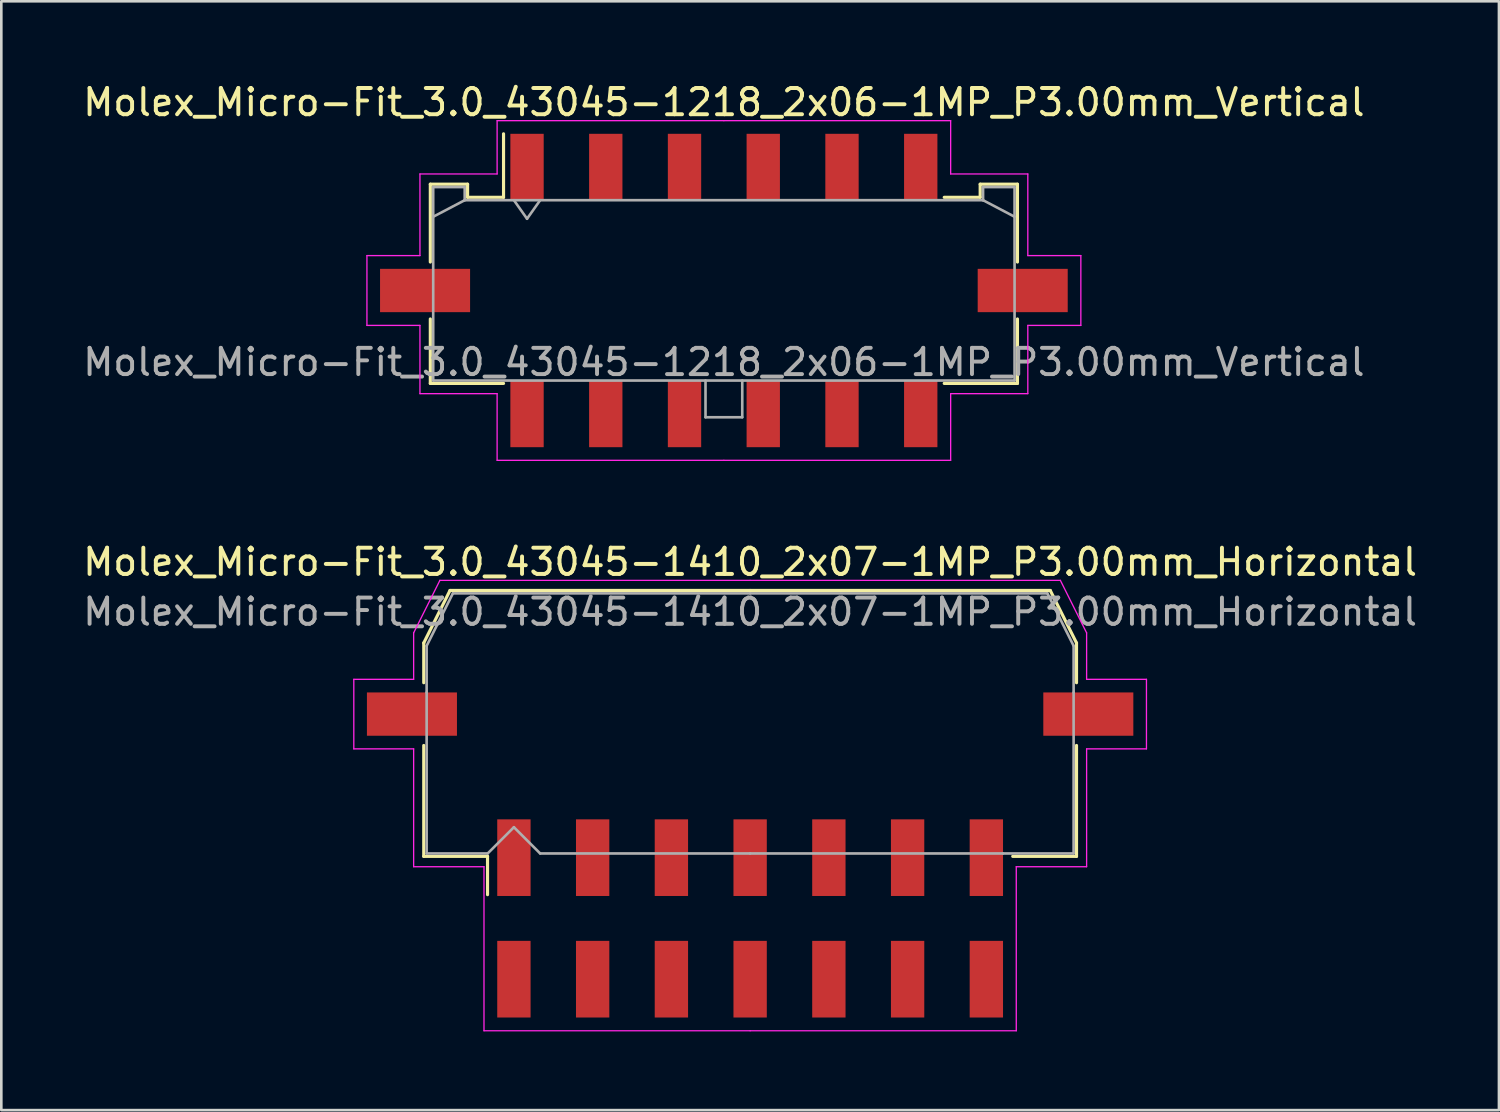
<source format=kicad_pcb>
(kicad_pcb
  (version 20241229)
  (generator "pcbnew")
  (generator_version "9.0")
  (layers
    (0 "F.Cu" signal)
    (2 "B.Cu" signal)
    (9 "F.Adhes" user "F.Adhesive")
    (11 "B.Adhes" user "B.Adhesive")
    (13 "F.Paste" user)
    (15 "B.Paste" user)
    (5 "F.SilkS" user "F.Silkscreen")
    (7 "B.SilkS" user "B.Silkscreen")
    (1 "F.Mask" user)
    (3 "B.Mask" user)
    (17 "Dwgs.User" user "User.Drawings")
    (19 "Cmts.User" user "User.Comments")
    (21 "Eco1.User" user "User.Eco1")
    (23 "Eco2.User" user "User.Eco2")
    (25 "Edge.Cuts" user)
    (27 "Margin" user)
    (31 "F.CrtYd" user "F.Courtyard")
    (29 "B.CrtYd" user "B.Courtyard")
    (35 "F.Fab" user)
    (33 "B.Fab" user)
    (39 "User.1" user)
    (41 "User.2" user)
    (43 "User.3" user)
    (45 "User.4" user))
  (footprint "Molex_Micro-Fit_3.0_43045-1410_2x07-1MP_P3.00mm_Horizontal"
    (layer "F.Cu")
    (at 25.53 31.942)
    (property "Reference" "Molex_Micro-Fit_3.0_43045-1410_2x07-1MP_P3.00mm_Horizontal" (at 0 -13.58 0) (layer "F.SilkS") (effects (font (size 1 1) (thickness 0.15))))
    (attr smd)
    (fp_line (start -12.435 -10.495) (end -12.435 -8.98) (stroke (width 0.12) (type solid)) (layer "F.SilkS"))
    (fp_line (start -12.435 -6.59) (end -12.435 -2.365) (stroke (width 0.12) (type solid)) (layer "F.SilkS"))
    (fp_line (start -12.435 -2.365) (end -10.005 -2.365) (stroke (width 0.12) (type solid)) (layer "F.SilkS"))
    (fp_line (start -11.435 -12.495) (end -12.435 -10.495) (stroke (width 0.12) (type solid)) (layer "F.SilkS"))
    (fp_line (start -10.005 -2.365) (end -10.005 -0.905) (stroke (width 0.12) (type solid)) (layer "F.SilkS"))
    (fp_line (start 0 -12.495) (end -11.435 -12.495) (stroke (width 0.12) (type solid)) (layer "F.SilkS"))
    (fp_line (start 0 -12.495) (end 11.435 -12.495) (stroke (width 0.12) (type solid)) (layer "F.SilkS"))
    (fp_line (start 11.435 -12.495) (end 12.435 -10.495) (stroke (width 0.12) (type solid)) (layer "F.SilkS"))
    (fp_line (start 12.435 -10.495) (end 12.435 -8.98) (stroke (width 0.12) (type solid)) (layer "F.SilkS"))
    (fp_line (start 12.435 -6.59) (end 12.435 -2.365) (stroke (width 0.12) (type solid)) (layer "F.SilkS"))
    (fp_line (start 12.435 -2.365) (end 10.005 -2.365) (stroke (width 0.12) (type solid)) (layer "F.SilkS"))
    (fp_line (start -15.1 -9.11) (end -15.1 -6.46) (stroke (width 0.05) (type solid)) (layer "F.CrtYd"))
    (fp_line (start -15.1 -6.46) (end -12.82 -6.46) (stroke (width 0.05) (type solid)) (layer "F.CrtYd"))
    (fp_line (start -12.82 -10.88) (end -12.82 -9.11) (stroke (width 0.05) (type solid)) (layer "F.CrtYd"))
    (fp_line (start -12.82 -9.11) (end -15.1 -9.11) (stroke (width 0.05) (type solid)) (layer "F.CrtYd"))
    (fp_line (start -12.82 -6.46) (end -12.82 -1.97) (stroke (width 0.05) (type solid)) (layer "F.CrtYd"))
    (fp_line (start -12.82 -1.97) (end -10.14 -1.97) (stroke (width 0.05) (type solid)) (layer "F.CrtYd"))
    (fp_line (start -11.82 -12.88) (end -12.82 -10.88) (stroke (width 0.05) (type solid)) (layer "F.CrtYd"))
    (fp_line (start -10.14 -1.97) (end -10.14 4.28) (stroke (width 0.05) (type solid)) (layer "F.CrtYd"))
    (fp_line (start -10.14 4.28) (end 0 4.28) (stroke (width 0.05) (type solid)) (layer "F.CrtYd"))
    (fp_line (start 0 -12.88) (end -11.82 -12.88) (stroke (width 0.05) (type solid)) (layer "F.CrtYd"))
    (fp_line (start 0 -12.88) (end 11.82 -12.88) (stroke (width 0.05) (type solid)) (layer "F.CrtYd"))
    (fp_line (start 10.14 -1.97) (end 10.14 4.28) (stroke (width 0.05) (type solid)) (layer "F.CrtYd"))
    (fp_line (start 10.14 4.28) (end 0 4.28) (stroke (width 0.05) (type solid)) (layer "F.CrtYd"))
    (fp_line (start 11.82 -12.88) (end 12.82 -10.88) (stroke (width 0.05) (type solid)) (layer "F.CrtYd"))
    (fp_line (start 12.82 -10.88) (end 12.82 -9.11) (stroke (width 0.05) (type solid)) (layer "F.CrtYd"))
    (fp_line (start 12.82 -9.11) (end 15.1 -9.11) (stroke (width 0.05) (type solid)) (layer "F.CrtYd"))
    (fp_line (start 12.82 -6.46) (end 12.82 -1.97) (stroke (width 0.05) (type solid)) (layer "F.CrtYd"))
    (fp_line (start 12.82 -1.97) (end 10.14 -1.97) (stroke (width 0.05) (type solid)) (layer "F.CrtYd"))
    (fp_line (start 15.1 -9.11) (end 15.1 -6.46) (stroke (width 0.05) (type solid)) (layer "F.CrtYd"))
    (fp_line (start 15.1 -6.46) (end 12.82 -6.46) (stroke (width 0.05) (type solid)) (layer "F.CrtYd"))
    (fp_line (start -12.325 -10.385) (end -12.325 -8.61) (stroke (width 0.1) (type solid)) (layer "F.Fab"))
    (fp_line (start -12.325 -8.61) (end -12.325 -2.475) (stroke (width 0.1) (type solid)) (layer "F.Fab"))
    (fp_line (start -12.325 -2.475) (end -10 -2.475) (stroke (width 0.1) (type solid)) (layer "F.Fab"))
    (fp_line (start -11.325 -12.385) (end -12.325 -10.385) (stroke (width 0.1) (type solid)) (layer "F.Fab"))
    (fp_line (start -10 -2.475) (end -9 -3.475) (stroke (width 0.1) (type solid)) (layer "F.Fab"))
    (fp_line (start -9 -3.475) (end -8 -2.475) (stroke (width 0.1) (type solid)) (layer "F.Fab"))
    (fp_line (start -8 -2.475) (end 0 -2.475) (stroke (width 0.1) (type solid)) (layer "F.Fab"))
    (fp_line (start 0 -12.385) (end -11.325 -12.385) (stroke (width 0.1) (type solid)) (layer "F.Fab"))
    (fp_line (start 0 -12.385) (end 11.325 -12.385) (stroke (width 0.1) (type solid)) (layer "F.Fab"))
    (fp_line (start 9.635 -2.475) (end 0 -2.475) (stroke (width 0.1) (type solid)) (layer "F.Fab"))
    (fp_line (start 11.325 -12.385) (end 12.325 -10.385) (stroke (width 0.1) (type solid)) (layer "F.Fab"))
    (fp_line (start 12.325 -10.385) (end 12.325 -8.61) (stroke (width 0.1) (type solid)) (layer "F.Fab"))
    (fp_line (start 12.325 -8.61) (end 12.325 -2.475) (stroke (width 0.1) (type solid)) (layer "F.Fab"))
    (fp_line (start 12.325 -2.475) (end 9.635 -2.475) (stroke (width 0.1) (type solid)) (layer "F.Fab"))
    (fp_text user "${REFERENCE}" (at 0 -11.68 0) (layer "F.Fab") (effects (font (size 1 1) (thickness 0.15))))
    (pad "1" smd rect (at -9 -2.315) (size 1.27 2.92) (layers "F.Cu" "F.Mask" "F.Paste"))
    (pad "2" smd rect (at -6 -2.315) (size 1.27 2.92) (layers "F.Cu" "F.Mask" "F.Paste"))
    (pad "3" smd rect (at -3 -2.315) (size 1.27 2.92) (layers "F.Cu" "F.Mask" "F.Paste"))
    (pad "4" smd rect (at 0 -2.315) (size 1.27 2.92) (layers "F.Cu" "F.Mask" "F.Paste"))
    (pad "5" smd rect (at 3 -2.315) (size 1.27 2.92) (layers "F.Cu" "F.Mask" "F.Paste"))
    (pad "6" smd rect (at 6 -2.315) (size 1.27 2.92) (layers "F.Cu" "F.Mask" "F.Paste"))
    (pad "7" smd rect (at 9 -2.315) (size 1.27 2.92) (layers "F.Cu" "F.Mask" "F.Paste"))
    (pad "8" smd rect (at -9 2.315) (size 1.27 2.92) (layers "F.Cu" "F.Mask" "F.Paste"))
    (pad "9" smd rect (at -6 2.315) (size 1.27 2.92) (layers "F.Cu" "F.Mask" "F.Paste"))
    (pad "10" smd rect (at -3 2.315) (size 1.27 2.92) (layers "F.Cu" "F.Mask" "F.Paste"))
    (pad "11" smd rect (at 0 2.315) (size 1.27 2.92) (layers "F.Cu" "F.Mask" "F.Paste"))
    (pad "12" smd rect (at 3 2.315) (size 1.27 2.92) (layers "F.Cu" "F.Mask" "F.Paste"))
    (pad "13" smd rect (at 6 2.315) (size 1.27 2.92) (layers "F.Cu" "F.Mask" "F.Paste"))
    (pad "14" smd rect (at 9 2.315) (size 1.27 2.92) (layers "F.Cu" "F.Mask" "F.Paste"))
    (pad "MP" smd rect (at -12.885 -7.785) (size 3.43 1.65) (layers "F.Cu" "F.Mask" "F.Paste"))
    (pad "MP" smd rect (at 12.885 -7.785) (size 3.43 1.65) (layers "F.Cu" "F.Mask" "F.Paste")))
  (footprint "Molex_Micro-Fit_3.0_43045-1218_2x06-1MP_P3.00mm_Vertical"
    (layer "F.Cu")
    (at 24.53 8.018)
    (property "Reference" "Molex_Micro-Fit_3.0_43045-1218_2x06-1MP_P3.00mm_Vertical" (at 0 -7.17 0) (layer "F.SilkS") (effects (font (size 1 1) (thickness 0.15))))
    (attr smd)
    (fp_line (start -11.185 -4.05) (end -9.765 -4.05) (stroke (width 0.12) (type solid)) (layer "F.SilkS"))
    (fp_line (start -11.185 -1.085) (end -11.185 -4.05) (stroke (width 0.12) (type solid)) (layer "F.SilkS"))
    (fp_line (start -11.185 1.085) (end -11.185 3.54) (stroke (width 0.12) (type solid)) (layer "F.SilkS"))
    (fp_line (start -11.185 3.54) (end -8.395 3.54) (stroke (width 0.12) (type solid)) (layer "F.SilkS"))
    (fp_line (start -9.765 -4.05) (end -9.765 -3.55) (stroke (width 0.12) (type solid)) (layer "F.SilkS"))
    (fp_line (start -9.765 -3.55) (end -8.395 -3.55) (stroke (width 0.12) (type solid)) (layer "F.SilkS"))
    (fp_line (start -8.395 -3.55) (end -8.395 -5.97) (stroke (width 0.12) (type solid)) (layer "F.SilkS"))
    (fp_line (start 9.765 -4.05) (end 9.765 -3.55) (stroke (width 0.12) (type solid)) (layer "F.SilkS"))
    (fp_line (start 9.765 -3.55) (end 8.395 -3.55) (stroke (width 0.12) (type solid)) (layer "F.SilkS"))
    (fp_line (start 11.185 -4.05) (end 9.765 -4.05) (stroke (width 0.12) (type solid)) (layer "F.SilkS"))
    (fp_line (start 11.185 -1.085) (end 11.185 -4.05) (stroke (width 0.12) (type solid)) (layer "F.SilkS"))
    (fp_line (start 11.185 1.085) (end 11.185 3.54) (stroke (width 0.12) (type solid)) (layer "F.SilkS"))
    (fp_line (start 11.185 3.54) (end 8.395 3.54) (stroke (width 0.12) (type solid)) (layer "F.SilkS"))
    (fp_line (start -13.6 -1.33) (end -13.6 1.33) (stroke (width 0.05) (type solid)) (layer "F.CrtYd"))
    (fp_line (start -13.6 1.33) (end -11.58 1.33) (stroke (width 0.05) (type solid)) (layer "F.CrtYd"))
    (fp_line (start -11.58 -4.44) (end -11.58 -1.33) (stroke (width 0.05) (type solid)) (layer "F.CrtYd"))
    (fp_line (start -11.58 -1.33) (end -13.6 -1.33) (stroke (width 0.05) (type solid)) (layer "F.CrtYd"))
    (fp_line (start -11.58 1.33) (end -11.58 3.93) (stroke (width 0.05) (type solid)) (layer "F.CrtYd"))
    (fp_line (start -11.58 3.93) (end -8.64 3.93) (stroke (width 0.05) (type solid)) (layer "F.CrtYd"))
    (fp_line (start -8.64 -6.47) (end -8.64 -4.44) (stroke (width 0.05) (type solid)) (layer "F.CrtYd"))
    (fp_line (start -8.64 -4.44) (end -11.58 -4.44) (stroke (width 0.05) (type solid)) (layer "F.CrtYd"))
    (fp_line (start -8.64 3.93) (end -8.64 6.47) (stroke (width 0.05) (type solid)) (layer "F.CrtYd"))
    (fp_line (start -8.64 6.47) (end 0 6.47) (stroke (width 0.05) (type solid)) (layer "F.CrtYd"))
    (fp_line (start 0 -6.47) (end -8.64 -6.47) (stroke (width 0.05) (type solid)) (layer "F.CrtYd"))
    (fp_line (start 0 -6.47) (end 8.64 -6.47) (stroke (width 0.05) (type solid)) (layer "F.CrtYd"))
    (fp_line (start 8.64 -6.47) (end 8.64 -4.44) (stroke (width 0.05) (type solid)) (layer "F.CrtYd"))
    (fp_line (start 8.64 -4.44) (end 11.58 -4.44) (stroke (width 0.05) (type solid)) (layer "F.CrtYd"))
    (fp_line (start 8.64 3.93) (end 8.64 6.47) (stroke (width 0.05) (type solid)) (layer "F.CrtYd"))
    (fp_line (start 8.64 6.47) (end 0 6.47) (stroke (width 0.05) (type solid)) (layer "F.CrtYd"))
    (fp_line (start 11.58 -4.44) (end 11.58 -1.33) (stroke (width 0.05) (type solid)) (layer "F.CrtYd"))
    (fp_line (start 11.58 -1.33) (end 13.6 -1.33) (stroke (width 0.05) (type solid)) (layer "F.CrtYd"))
    (fp_line (start 11.58 1.33) (end 11.58 3.93) (stroke (width 0.05) (type solid)) (layer "F.CrtYd"))
    (fp_line (start 11.58 3.93) (end 8.64 3.93) (stroke (width 0.05) (type solid)) (layer "F.CrtYd"))
    (fp_line (start 13.6 -1.33) (end 13.6 1.33) (stroke (width 0.05) (type solid)) (layer "F.CrtYd"))
    (fp_line (start 13.6 1.33) (end 11.58 1.33) (stroke (width 0.05) (type solid)) (layer "F.CrtYd"))
    (fp_line (start -11.075 -3.94) (end -11.075 3.43) (stroke (width 0.1) (type solid)) (layer "F.Fab"))
    (fp_line (start -11.075 -2.81) (end -9.875 -3.44) (stroke (width 0.1) (type solid)) (layer "F.Fab"))
    (fp_line (start -11.075 3.43) (end 11.075 3.43) (stroke (width 0.1) (type solid)) (layer "F.Fab"))
    (fp_line (start -9.875 -3.94) (end -11.075 -3.94) (stroke (width 0.1) (type solid)) (layer "F.Fab"))
    (fp_line (start -9.875 -3.44) (end -9.875 -3.94) (stroke (width 0.1) (type solid)) (layer "F.Fab"))
    (fp_line (start -8 -3.44) (end -7.5 -2.733) (stroke (width 0.1) (type solid)) (layer "F.Fab"))
    (fp_line (start -7.5 -2.733) (end -7 -3.44) (stroke (width 0.1) (type solid)) (layer "F.Fab"))
    (fp_line (start -0.7 3.43) (end -0.7 4.83) (stroke (width 0.1) (type solid)) (layer "F.Fab"))
    (fp_line (start -0.7 4.83) (end 0.7 4.83) (stroke (width 0.1) (type solid)) (layer "F.Fab"))
    (fp_line (start 0.7 4.83) (end 0.7 3.43) (stroke (width 0.1) (type solid)) (layer "F.Fab"))
    (fp_line (start 9.875 -3.94) (end 9.875 -3.44) (stroke (width 0.1) (type solid)) (layer "F.Fab"))
    (fp_line (start 9.875 -3.44) (end -9.875 -3.44) (stroke (width 0.1) (type solid)) (layer "F.Fab"))
    (fp_line (start 11.075 -3.94) (end 9.875 -3.94) (stroke (width 0.1) (type solid)) (layer "F.Fab"))
    (fp_line (start 11.075 -2.81) (end 9.875 -3.44) (stroke (width 0.1) (type solid)) (layer "F.Fab"))
    (fp_line (start 11.075 3.43) (end 11.075 -3.94) (stroke (width 0.1) (type solid)) (layer "F.Fab"))
    (fp_text user "${REFERENCE}" (at 0 2.73 0) (layer "F.Fab") (effects (font (size 1 1) (thickness 0.15))))
    (pad "1" smd rect (at -7.5 -4.7) (size 1.27 2.54) (layers "F.Cu" "F.Mask" "F.Paste"))
    (pad "2" smd rect (at -4.5 -4.7) (size 1.27 2.54) (layers "F.Cu" "F.Mask" "F.Paste"))
    (pad "3" smd rect (at -1.5 -4.7) (size 1.27 2.54) (layers "F.Cu" "F.Mask" "F.Paste"))
    (pad "4" smd rect (at 1.5 -4.7) (size 1.27 2.54) (layers "F.Cu" "F.Mask" "F.Paste"))
    (pad "5" smd rect (at 4.5 -4.7) (size 1.27 2.54) (layers "F.Cu" "F.Mask" "F.Paste"))
    (pad "6" smd rect (at 7.5 -4.7) (size 1.27 2.54) (layers "F.Cu" "F.Mask" "F.Paste"))
    (pad "7" smd rect (at -7.5 4.7) (size 1.27 2.54) (layers "F.Cu" "F.Mask" "F.Paste"))
    (pad "8" smd rect (at -4.5 4.7) (size 1.27 2.54) (layers "F.Cu" "F.Mask" "F.Paste"))
    (pad "9" smd rect (at -1.5 4.7) (size 1.27 2.54) (layers "F.Cu" "F.Mask" "F.Paste"))
    (pad "10" smd rect (at 1.5 4.7) (size 1.27 2.54) (layers "F.Cu" "F.Mask" "F.Paste"))
    (pad "11" smd rect (at 4.5 4.7) (size 1.27 2.54) (layers "F.Cu" "F.Mask" "F.Paste"))
    (pad "12" smd rect (at 7.5 4.7) (size 1.27 2.54) (layers "F.Cu" "F.Mask" "F.Paste"))
    (pad "MP" smd rect (at -11.385 0) (size 3.43 1.65) (layers "F.Cu" "F.Mask" "F.Paste"))
    (pad "MP" smd rect (at 11.385 0) (size 3.43 1.65) (layers "F.Cu" "F.Mask" "F.Paste")))
  (gr_rect
    (start -3 -3)
    (end 54.06 39.246)
    (stroke (width 0.1) (type default))
    (fill no)
    (layer "Edge.Cuts")))
</source>
